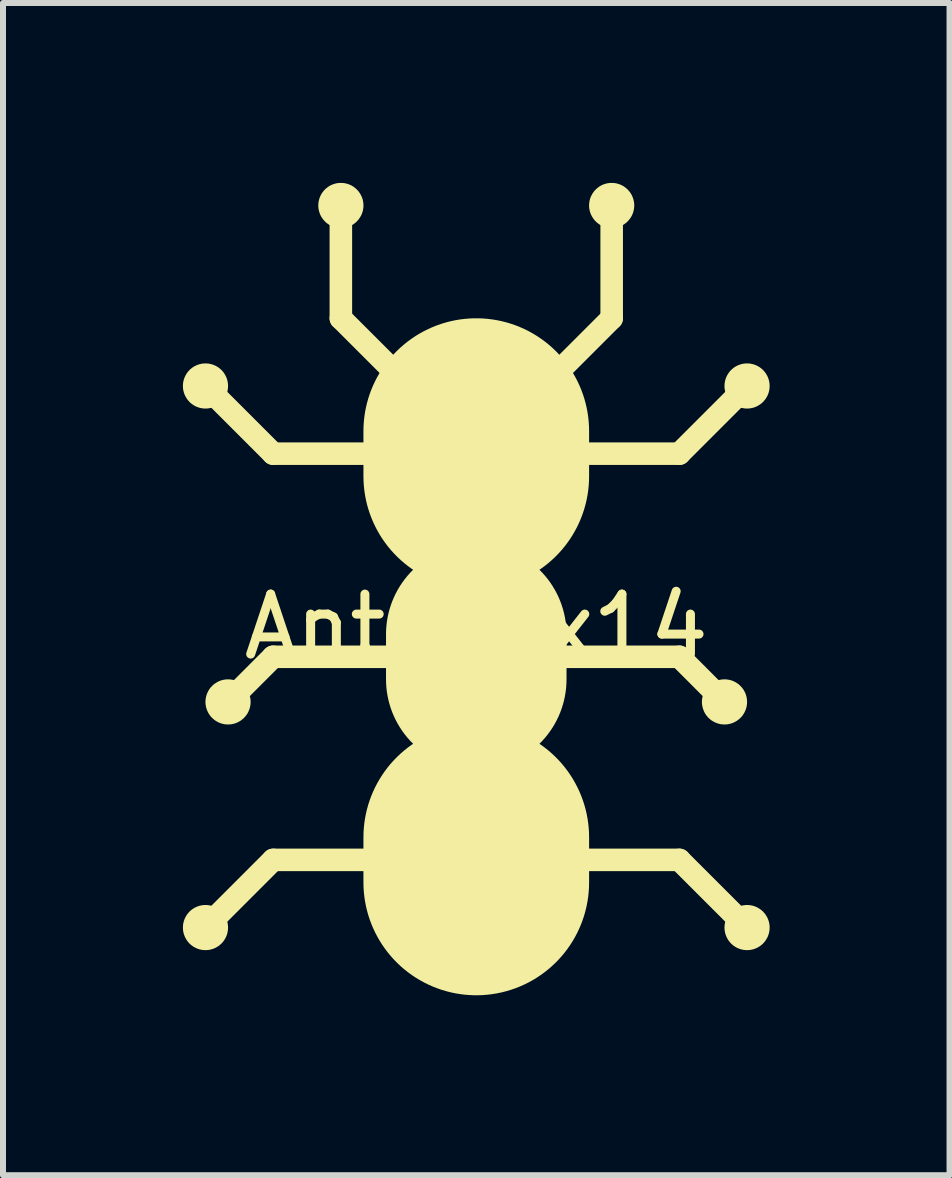
<source format=kicad_pcb>
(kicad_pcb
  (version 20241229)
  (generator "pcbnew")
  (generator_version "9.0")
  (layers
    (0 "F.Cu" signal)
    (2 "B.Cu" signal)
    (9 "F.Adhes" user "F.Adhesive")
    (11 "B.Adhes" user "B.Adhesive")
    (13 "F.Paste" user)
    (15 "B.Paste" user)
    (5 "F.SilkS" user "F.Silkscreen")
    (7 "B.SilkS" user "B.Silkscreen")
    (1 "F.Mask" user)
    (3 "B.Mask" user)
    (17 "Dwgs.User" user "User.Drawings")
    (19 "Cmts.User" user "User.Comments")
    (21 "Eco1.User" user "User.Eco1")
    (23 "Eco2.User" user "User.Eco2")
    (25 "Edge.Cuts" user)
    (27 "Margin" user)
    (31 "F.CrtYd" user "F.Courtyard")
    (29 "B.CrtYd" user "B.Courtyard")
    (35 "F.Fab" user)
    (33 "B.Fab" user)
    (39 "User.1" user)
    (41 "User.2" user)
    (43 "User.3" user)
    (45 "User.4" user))
  (footprint "Ant_10x14"
    (layer "F.Cu")
    (at 4.892 7.902)
    (property "Reference" "Ant_10x14" (at 0 -0.5 0) (unlocked yes) (layer "F.SilkS") (effects (font (size 1 1) (thickness 0.15))))
    (fp_line (start -4.516 -4.516) (end -3.387 -3.387) (stroke (width 0.376) (type solid)) (layer "F.SilkS"))
    (fp_line (start -4.516 4.516) (end -3.387 3.387) (stroke (width 0.376) (type solid)) (layer "F.SilkS"))
    (fp_line (start -4.139 0.753) (end -3.387 0) (stroke (width 0.376) (type solid)) (layer "F.SilkS"))
    (fp_line (start -3.387 -3.387) (end 0 -3.387) (stroke (width 0.376) (type solid)) (layer "F.SilkS"))
    (fp_line (start -3.387 0) (end 0 0) (stroke (width 0.376) (type solid)) (layer "F.SilkS"))
    (fp_line (start -3.387 3.387) (end 3.387 3.387) (stroke (width 0.376) (type solid)) (layer "F.SilkS"))
    (fp_line (start -2.258 -7.526) (end -2.258 -5.644) (stroke (width 0.376) (type solid)) (layer "F.SilkS"))
    (fp_line (start -2.258 -5.644) (end -0.941 -4.327) (stroke (width 0.376) (type solid)) (layer "F.SilkS"))
    (fp_line (start -0.941 -4.327) (end -0.753 -4.139) (stroke (width 0.376) (type solid)) (layer "F.SilkS"))
    (fp_line (start -0.753 -4.139) (end 0 -3.387) (stroke (width 0.376) (type solid)) (layer "F.SilkS"))
    (fp_line (start 0 -3.01) (end 0 -3.763) (stroke (width 3.763) (type solid)) (layer "F.SilkS"))
    (fp_line (start 0 0.376) (end 0 -0.376) (stroke (width 3.01) (type solid)) (layer "F.SilkS"))
    (fp_line (start 0 3.763) (end 0 3.01) (stroke (width 3.763) (type solid)) (layer "F.SilkS"))
    (fp_line (start 0.753 -4.139) (end 0 -3.387) (stroke (width 0.376) (type solid)) (layer "F.SilkS"))
    (fp_line (start 0.941 -4.327) (end 0.753 -4.139) (stroke (width 0.376) (type solid)) (layer "F.SilkS"))
    (fp_line (start 2.258 -7.526) (end 2.258 -5.644) (stroke (width 0.376) (type solid)) (layer "F.SilkS"))
    (fp_line (start 2.258 -5.644) (end 0.941 -4.327) (stroke (width 0.376) (type solid)) (layer "F.SilkS"))
    (fp_line (start 3.387 -3.387) (end 0 -3.387) (stroke (width 0.376) (type solid)) (layer "F.SilkS"))
    (fp_line (start 3.387 0) (end 0 0) (stroke (width 0.376) (type solid)) (layer "F.SilkS"))
    (fp_line (start 3.387 3.387) (end 4.516 4.516) (stroke (width 0.376) (type solid)) (layer "F.SilkS"))
    (fp_line (start 4.139 0.753) (end 3.387 0) (stroke (width 0.376) (type solid)) (layer "F.SilkS"))
    (fp_line (start 4.516 -4.516) (end 3.387 -3.387) (stroke (width 0.376) (type solid)) (layer "F.SilkS"))
    (fp_poly (pts (xy -4.516 -4.892) (xy -4.496 -4.891) (xy -4.477 -4.89) (xy -4.458 -4.888) (xy -4.44 -4.884) (xy -4.422 -4.88) (xy -4.404 -4.875) (xy -4.386 -4.869) (xy -4.369 -4.862) (xy -4.352 -4.855) (xy -4.336 -4.846) (xy -4.32 -4.837) (xy -4.305 -4.828) (xy -4.29 -4.817) (xy -4.276 -4.806) (xy -4.263 -4.794) (xy -4.249 -4.782) (xy -4.237 -4.769) (xy -4.225 -4.755) (xy -4.214 -4.741) (xy -4.204 -4.726) (xy -4.194 -4.711) (xy -4.185 -4.695) (xy -4.176 -4.679) (xy -4.169 -4.662) (xy -4.162 -4.645) (xy -4.156 -4.627) (xy -4.151 -4.61) (xy -4.147 -4.591) (xy -4.144 -4.573) (xy -4.141 -4.554) (xy -4.14 -4.535) (xy -4.139 -4.516) (xy -4.14 -4.496) (xy -4.141 -4.477) (xy -4.144 -4.458) (xy -4.147 -4.44) (xy -4.151 -4.422) (xy -4.156 -4.404) (xy -4.162 -4.386) (xy -4.169 -4.369) (xy -4.176 -4.352) (xy -4.185 -4.336) (xy -4.194 -4.32) (xy -4.204 -4.305) (xy -4.214 -4.29) (xy -4.225 -4.276) (xy -4.237 -4.263) (xy -4.249 -4.249) (xy -4.263 -4.237) (xy -4.276 -4.225) (xy -4.29 -4.214) (xy -4.305 -4.204) (xy -4.32 -4.194) (xy -4.336 -4.185) (xy -4.352 -4.176) (xy -4.369 -4.169) (xy -4.386 -4.162) (xy -4.404 -4.156) (xy -4.422 -4.151) (xy -4.44 -4.147) (xy -4.458 -4.144) (xy -4.477 -4.141) (xy -4.496 -4.14) (xy -4.516 -4.139) (xy -4.535 -4.14) (xy -4.554 -4.141) (xy -4.573 -4.144) (xy -4.591 -4.147) (xy -4.61 -4.151) (xy -4.627 -4.156) (xy -4.645 -4.162) (xy -4.662 -4.169) (xy -4.679 -4.176) (xy -4.695 -4.185) (xy -4.711 -4.194) (xy -4.726 -4.204) (xy -4.741 -4.214) (xy -4.755 -4.225) (xy -4.769 -4.237) (xy -4.782 -4.249) (xy -4.794 -4.263) (xy -4.806 -4.276) (xy -4.817 -4.29) (xy -4.828 -4.305) (xy -4.837 -4.32) (xy -4.846 -4.336) (xy -4.855 -4.352) (xy -4.862 -4.369) (xy -4.869 -4.386) (xy -4.875 -4.404) (xy -4.88 -4.422) (xy -4.884 -4.44) (xy -4.888 -4.458) (xy -4.89 -4.477) (xy -4.891 -4.496) (xy -4.892 -4.516) (xy -4.891 -4.535) (xy -4.89 -4.554) (xy -4.888 -4.573) (xy -4.884 -4.591) (xy -4.88 -4.61) (xy -4.875 -4.627) (xy -4.869 -4.645) (xy -4.862 -4.662) (xy -4.855 -4.679) (xy -4.846 -4.695) (xy -4.837 -4.711) (xy -4.828 -4.726) (xy -4.817 -4.741) (xy -4.806 -4.755) (xy -4.794 -4.769) (xy -4.782 -4.782) (xy -4.769 -4.794) (xy -4.755 -4.806) (xy -4.741 -4.817) (xy -4.726 -4.828) (xy -4.711 -4.837) (xy -4.695 -4.846) (xy -4.679 -4.855) (xy -4.662 -4.862) (xy -4.645 -4.869) (xy -4.627 -4.875) (xy -4.61 -4.88) (xy -4.591 -4.884) (xy -4.573 -4.888) (xy -4.554 -4.89) (xy -4.535 -4.891) (xy -4.516 -4.892)) (stroke (width 0) (type solid)) (fill yes) (layer "F.SilkS"))
    (fp_poly (pts (xy -4.516 -4.666) (xy -4.508 -4.666) (xy -4.5 -4.665) (xy -4.493 -4.664) (xy -4.485 -4.663) (xy -4.478 -4.661) (xy -4.471 -4.659) (xy -4.464 -4.657) (xy -4.457 -4.654) (xy -4.45 -4.651) (xy -4.444 -4.648) (xy -4.438 -4.644) (xy -4.431 -4.64) (xy -4.425 -4.636) (xy -4.42 -4.632) (xy -4.414 -4.627) (xy -4.409 -4.622) (xy -4.404 -4.617) (xy -4.399 -4.611) (xy -4.395 -4.606) (xy -4.391 -4.6) (xy -4.387 -4.594) (xy -4.383 -4.587) (xy -4.38 -4.581) (xy -4.377 -4.574) (xy -4.374 -4.567) (xy -4.372 -4.56) (xy -4.37 -4.553) (xy -4.368 -4.546) (xy -4.367 -4.538) (xy -4.366 -4.531) (xy -4.365 -4.523) (xy -4.365 -4.516) (xy -4.365 -4.508) (xy -4.366 -4.5) (xy -4.367 -4.493) (xy -4.368 -4.485) (xy -4.37 -4.478) (xy -4.372 -4.471) (xy -4.374 -4.464) (xy -4.377 -4.457) (xy -4.38 -4.45) (xy -4.383 -4.444) (xy -4.387 -4.438) (xy -4.391 -4.431) (xy -4.395 -4.425) (xy -4.399 -4.42) (xy -4.404 -4.414) (xy -4.409 -4.409) (xy -4.414 -4.404) (xy -4.42 -4.399) (xy -4.425 -4.395) (xy -4.431 -4.391) (xy -4.438 -4.387) (xy -4.444 -4.383) (xy -4.45 -4.38) (xy -4.457 -4.377) (xy -4.464 -4.374) (xy -4.471 -4.372) (xy -4.478 -4.37) (xy -4.485 -4.368) (xy -4.493 -4.367) (xy -4.5 -4.366) (xy -4.508 -4.365) (xy -4.516 -4.365) (xy -4.523 -4.365) (xy -4.531 -4.366) (xy -4.538 -4.367) (xy -4.546 -4.368) (xy -4.553 -4.37) (xy -4.56 -4.372) (xy -4.567 -4.374) (xy -4.574 -4.377) (xy -4.581 -4.38) (xy -4.587 -4.383) (xy -4.594 -4.387) (xy -4.6 -4.391) (xy -4.606 -4.395) (xy -4.611 -4.399) (xy -4.617 -4.404) (xy -4.622 -4.409) (xy -4.627 -4.414) (xy -4.632 -4.42) (xy -4.636 -4.425) (xy -4.64 -4.431) (xy -4.644 -4.438) (xy -4.648 -4.444) (xy -4.651 -4.45) (xy -4.654 -4.457) (xy -4.657 -4.464) (xy -4.659 -4.471) (xy -4.661 -4.478) (xy -4.663 -4.485) (xy -4.664 -4.493) (xy -4.665 -4.5) (xy -4.666 -4.508) (xy -4.666 -4.516) (xy -4.666 -4.523) (xy -4.665 -4.531) (xy -4.664 -4.538) (xy -4.663 -4.546) (xy -4.661 -4.553) (xy -4.659 -4.56) (xy -4.657 -4.567) (xy -4.654 -4.574) (xy -4.651 -4.581) (xy -4.648 -4.587) (xy -4.644 -4.594) (xy -4.64 -4.6) (xy -4.636 -4.606) (xy -4.632 -4.611) (xy -4.627 -4.617) (xy -4.622 -4.622) (xy -4.617 -4.627) (xy -4.611 -4.632) (xy -4.606 -4.636) (xy -4.6 -4.64) (xy -4.594 -4.644) (xy -4.587 -4.648) (xy -4.581 -4.651) (xy -4.574 -4.654) (xy -4.567 -4.657) (xy -4.56 -4.659) (xy -4.553 -4.661) (xy -4.546 -4.663) (xy -4.538 -4.664) (xy -4.531 -4.665) (xy -4.523 -4.666) (xy -4.516 -4.666)) (stroke (width 0) (type solid)) (fill yes) (layer "F.SilkS"))
    (fp_poly (pts (xy -4.516 4.139) (xy -4.496 4.14) (xy -4.477 4.141) (xy -4.458 4.144) (xy -4.44 4.147) (xy -4.422 4.151) (xy -4.404 4.156) (xy -4.386 4.162) (xy -4.369 4.169) (xy -4.352 4.176) (xy -4.336 4.185) (xy -4.32 4.194) (xy -4.305 4.204) (xy -4.29 4.214) (xy -4.276 4.225) (xy -4.263 4.237) (xy -4.249 4.249) (xy -4.237 4.263) (xy -4.225 4.276) (xy -4.214 4.29) (xy -4.204 4.305) (xy -4.194 4.32) (xy -4.185 4.336) (xy -4.176 4.352) (xy -4.169 4.369) (xy -4.162 4.386) (xy -4.156 4.404) (xy -4.151 4.422) (xy -4.147 4.44) (xy -4.144 4.458) (xy -4.141 4.477) (xy -4.14 4.496) (xy -4.139 4.516) (xy -4.14 4.535) (xy -4.141 4.554) (xy -4.144 4.573) (xy -4.147 4.591) (xy -4.151 4.61) (xy -4.156 4.627) (xy -4.162 4.645) (xy -4.169 4.662) (xy -4.176 4.679) (xy -4.185 4.695) (xy -4.194 4.711) (xy -4.204 4.726) (xy -4.214 4.741) (xy -4.225 4.755) (xy -4.237 4.769) (xy -4.249 4.782) (xy -4.263 4.794) (xy -4.276 4.806) (xy -4.29 4.817) (xy -4.305 4.828) (xy -4.32 4.837) (xy -4.336 4.846) (xy -4.352 4.855) (xy -4.369 4.862) (xy -4.386 4.869) (xy -4.404 4.875) (xy -4.422 4.88) (xy -4.44 4.884) (xy -4.458 4.888) (xy -4.477 4.89) (xy -4.496 4.891) (xy -4.516 4.892) (xy -4.535 4.891) (xy -4.554 4.89) (xy -4.573 4.888) (xy -4.591 4.884) (xy -4.61 4.88) (xy -4.627 4.875) (xy -4.645 4.869) (xy -4.662 4.862) (xy -4.679 4.855) (xy -4.695 4.846) (xy -4.711 4.837) (xy -4.726 4.828) (xy -4.741 4.817) (xy -4.755 4.806) (xy -4.769 4.794) (xy -4.782 4.782) (xy -4.794 4.769) (xy -4.806 4.755) (xy -4.817 4.741) (xy -4.828 4.726) (xy -4.837 4.711) (xy -4.846 4.695) (xy -4.855 4.679) (xy -4.862 4.662) (xy -4.869 4.645) (xy -4.875 4.627) (xy -4.88 4.61) (xy -4.884 4.591) (xy -4.888 4.573) (xy -4.89 4.554) (xy -4.891 4.535) (xy -4.892 4.516) (xy -4.891 4.496) (xy -4.89 4.477) (xy -4.888 4.458) (xy -4.884 4.44) (xy -4.88 4.422) (xy -4.875 4.404) (xy -4.869 4.386) (xy -4.862 4.369) (xy -4.855 4.352) (xy -4.846 4.336) (xy -4.837 4.32) (xy -4.828 4.305) (xy -4.817 4.29) (xy -4.806 4.276) (xy -4.794 4.263) (xy -4.782 4.249) (xy -4.769 4.237) (xy -4.755 4.225) (xy -4.741 4.214) (xy -4.726 4.204) (xy -4.711 4.194) (xy -4.695 4.185) (xy -4.679 4.176) (xy -4.662 4.169) (xy -4.645 4.162) (xy -4.627 4.156) (xy -4.61 4.151) (xy -4.591 4.147) (xy -4.573 4.144) (xy -4.554 4.141) (xy -4.535 4.14) (xy -4.516 4.139)) (stroke (width 0) (type solid)) (fill yes) (layer "F.SilkS"))
    (fp_poly (pts (xy -4.516 4.365) (xy -4.508 4.365) (xy -4.5 4.366) (xy -4.493 4.367) (xy -4.485 4.368) (xy -4.478 4.37) (xy -4.471 4.372) (xy -4.464 4.374) (xy -4.457 4.377) (xy -4.45 4.38) (xy -4.444 4.383) (xy -4.438 4.387) (xy -4.431 4.391) (xy -4.425 4.395) (xy -4.42 4.399) (xy -4.414 4.404) (xy -4.409 4.409) (xy -4.404 4.414) (xy -4.399 4.42) (xy -4.395 4.425) (xy -4.391 4.431) (xy -4.387 4.438) (xy -4.383 4.444) (xy -4.38 4.45) (xy -4.377 4.457) (xy -4.374 4.464) (xy -4.372 4.471) (xy -4.37 4.478) (xy -4.368 4.485) (xy -4.367 4.493) (xy -4.366 4.5) (xy -4.365 4.508) (xy -4.365 4.516) (xy -4.365 4.523) (xy -4.366 4.531) (xy -4.367 4.538) (xy -4.368 4.546) (xy -4.37 4.553) (xy -4.372 4.56) (xy -4.374 4.567) (xy -4.377 4.574) (xy -4.38 4.581) (xy -4.383 4.587) (xy -4.387 4.594) (xy -4.391 4.6) (xy -4.395 4.606) (xy -4.399 4.611) (xy -4.404 4.617) (xy -4.409 4.622) (xy -4.414 4.627) (xy -4.42 4.632) (xy -4.425 4.636) (xy -4.431 4.64) (xy -4.438 4.644) (xy -4.444 4.648) (xy -4.45 4.651) (xy -4.457 4.654) (xy -4.464 4.657) (xy -4.471 4.659) (xy -4.478 4.661) (xy -4.485 4.663) (xy -4.493 4.664) (xy -4.5 4.665) (xy -4.508 4.666) (xy -4.516 4.666) (xy -4.523 4.666) (xy -4.531 4.665) (xy -4.538 4.664) (xy -4.546 4.663) (xy -4.553 4.661) (xy -4.56 4.659) (xy -4.567 4.657) (xy -4.574 4.654) (xy -4.581 4.651) (xy -4.587 4.648) (xy -4.594 4.644) (xy -4.6 4.64) (xy -4.606 4.636) (xy -4.611 4.632) (xy -4.617 4.627) (xy -4.622 4.622) (xy -4.627 4.617) (xy -4.632 4.611) (xy -4.636 4.606) (xy -4.64 4.6) (xy -4.644 4.594) (xy -4.648 4.587) (xy -4.651 4.581) (xy -4.654 4.574) (xy -4.657 4.567) (xy -4.659 4.56) (xy -4.661 4.553) (xy -4.663 4.546) (xy -4.664 4.538) (xy -4.665 4.531) (xy -4.666 4.523) (xy -4.666 4.516) (xy -4.666 4.508) (xy -4.665 4.5) (xy -4.664 4.493) (xy -4.663 4.485) (xy -4.661 4.478) (xy -4.659 4.471) (xy -4.657 4.464) (xy -4.654 4.457) (xy -4.651 4.45) (xy -4.648 4.444) (xy -4.644 4.438) (xy -4.64 4.431) (xy -4.636 4.425) (xy -4.632 4.42) (xy -4.627 4.414) (xy -4.622 4.409) (xy -4.617 4.404) (xy -4.611 4.399) (xy -4.606 4.395) (xy -4.6 4.391) (xy -4.594 4.387) (xy -4.587 4.383) (xy -4.581 4.38) (xy -4.574 4.377) (xy -4.567 4.374) (xy -4.56 4.372) (xy -4.553 4.37) (xy -4.546 4.368) (xy -4.538 4.367) (xy -4.531 4.366) (xy -4.523 4.365) (xy -4.516 4.365)) (stroke (width 0) (type solid)) (fill yes) (layer "F.SilkS"))
    (fp_poly (pts (xy -4.139 0.376) (xy -4.12 0.377) (xy -4.101 0.378) (xy -4.082 0.381) (xy -4.063 0.384) (xy -4.045 0.388) (xy -4.027 0.393) (xy -4.01 0.399) (xy -3.993 0.406) (xy -3.976 0.413) (xy -3.96 0.422) (xy -3.944 0.431) (xy -3.929 0.441) (xy -3.914 0.451) (xy -3.9 0.462) (xy -3.886 0.474) (xy -3.873 0.487) (xy -3.861 0.5) (xy -3.849 0.513) (xy -3.838 0.527) (xy -3.827 0.542) (xy -3.817 0.557) (xy -3.808 0.573) (xy -3.8 0.589) (xy -3.793 0.606) (xy -3.786 0.623) (xy -3.78 0.641) (xy -3.775 0.659) (xy -3.771 0.677) (xy -3.767 0.695) (xy -3.765 0.714) (xy -3.763 0.733) (xy -3.763 0.753) (xy -3.763 0.772) (xy -3.765 0.791) (xy -3.767 0.81) (xy -3.771 0.828) (xy -3.775 0.847) (xy -3.78 0.864) (xy -3.786 0.882) (xy -3.793 0.899) (xy -3.8 0.916) (xy -3.808 0.932) (xy -3.817 0.948) (xy -3.827 0.963) (xy -3.838 0.978) (xy -3.849 0.992) (xy -3.861 1.006) (xy -3.873 1.019) (xy -3.886 1.031) (xy -3.9 1.043) (xy -3.914 1.054) (xy -3.929 1.065) (xy -3.944 1.074) (xy -3.96 1.083) (xy -3.976 1.092) (xy -3.993 1.099) (xy -4.01 1.106) (xy -4.027 1.112) (xy -4.045 1.117) (xy -4.063 1.121) (xy -4.082 1.125) (xy -4.101 1.127) (xy -4.12 1.128) (xy -4.139 1.129) (xy -4.159 1.128) (xy -4.178 1.127) (xy -4.197 1.125) (xy -4.215 1.121) (xy -4.233 1.117) (xy -4.251 1.112) (xy -4.269 1.106) (xy -4.286 1.099) (xy -4.302 1.092) (xy -4.319 1.083) (xy -4.334 1.074) (xy -4.35 1.065) (xy -4.364 1.054) (xy -4.379 1.043) (xy -4.392 1.031) (xy -4.405 1.019) (xy -4.418 1.006) (xy -4.43 0.992) (xy -4.441 0.978) (xy -4.451 0.963) (xy -4.461 0.948) (xy -4.47 0.932) (xy -4.478 0.916) (xy -4.486 0.899) (xy -4.493 0.882) (xy -4.499 0.864) (xy -4.504 0.847) (xy -4.508 0.828) (xy -4.511 0.81) (xy -4.514 0.791) (xy -4.515 0.772) (xy -4.516 0.753) (xy -4.515 0.733) (xy -4.514 0.714) (xy -4.511 0.695) (xy -4.508 0.677) (xy -4.504 0.659) (xy -4.499 0.641) (xy -4.493 0.623) (xy -4.486 0.606) (xy -4.478 0.589) (xy -4.47 0.573) (xy -4.461 0.557) (xy -4.451 0.542) (xy -4.441 0.527) (xy -4.43 0.513) (xy -4.418 0.5) (xy -4.405 0.487) (xy -4.392 0.474) (xy -4.379 0.462) (xy -4.364 0.451) (xy -4.35 0.441) (xy -4.334 0.431) (xy -4.319 0.422) (xy -4.302 0.413) (xy -4.286 0.406) (xy -4.269 0.399) (xy -4.251 0.393) (xy -4.233 0.388) (xy -4.215 0.384) (xy -4.197 0.381) (xy -4.178 0.378) (xy -4.159 0.377) (xy -4.139 0.376)) (stroke (width 0) (type solid)) (fill yes) (layer "F.SilkS"))
    (fp_poly (pts (xy -4.139 0.602) (xy -4.132 0.602) (xy -4.124 0.603) (xy -4.116 0.604) (xy -4.109 0.605) (xy -4.102 0.607) (xy -4.095 0.609) (xy -4.088 0.611) (xy -4.081 0.614) (xy -4.074 0.617) (xy -4.068 0.62) (xy -4.061 0.624) (xy -4.055 0.628) (xy -4.049 0.632) (xy -4.044 0.636) (xy -4.038 0.641) (xy -4.033 0.646) (xy -4.028 0.651) (xy -4.023 0.657) (xy -4.019 0.663) (xy -4.014 0.668) (xy -4.011 0.675) (xy -4.007 0.681) (xy -4.004 0.687) (xy -4.001 0.694) (xy -3.998 0.701) (xy -3.996 0.708) (xy -3.993 0.715) (xy -3.992 0.722) (xy -3.99 0.73) (xy -3.99 0.737) (xy -3.989 0.745) (xy -3.989 0.753) (xy -3.989 0.76) (xy -3.99 0.768) (xy -3.99 0.776) (xy -3.992 0.783) (xy -3.993 0.79) (xy -3.996 0.797) (xy -3.998 0.804) (xy -4.001 0.811) (xy -4.004 0.818) (xy -4.007 0.824) (xy -4.011 0.831) (xy -4.014 0.837) (xy -4.019 0.843) (xy -4.023 0.848) (xy -4.028 0.854) (xy -4.033 0.859) (xy -4.038 0.864) (xy -4.044 0.869) (xy -4.049 0.873) (xy -4.055 0.877) (xy -4.061 0.881) (xy -4.068 0.885) (xy -4.074 0.888) (xy -4.081 0.891) (xy -4.088 0.894) (xy -4.095 0.896) (xy -4.102 0.898) (xy -4.109 0.9) (xy -4.116 0.901) (xy -4.124 0.902) (xy -4.132 0.903) (xy -4.139 0.903) (xy -4.147 0.903) (xy -4.155 0.902) (xy -4.162 0.901) (xy -4.17 0.9) (xy -4.177 0.898) (xy -4.184 0.896) (xy -4.191 0.894) (xy -4.198 0.891) (xy -4.205 0.888) (xy -4.211 0.885) (xy -4.217 0.881) (xy -4.223 0.877) (xy -4.229 0.873) (xy -4.235 0.869) (xy -4.24 0.864) (xy -4.246 0.859) (xy -4.251 0.854) (xy -4.255 0.848) (xy -4.26 0.843) (xy -4.264 0.837) (xy -4.268 0.831) (xy -4.272 0.824) (xy -4.275 0.818) (xy -4.278 0.811) (xy -4.281 0.804) (xy -4.283 0.797) (xy -4.285 0.79) (xy -4.287 0.783) (xy -4.288 0.776) (xy -4.289 0.768) (xy -4.29 0.76) (xy -4.29 0.753) (xy -4.29 0.745) (xy -4.289 0.737) (xy -4.288 0.73) (xy -4.287 0.722) (xy -4.285 0.715) (xy -4.283 0.708) (xy -4.281 0.701) (xy -4.278 0.694) (xy -4.275 0.687) (xy -4.272 0.681) (xy -4.268 0.675) (xy -4.264 0.668) (xy -4.26 0.663) (xy -4.255 0.657) (xy -4.251 0.651) (xy -4.246 0.646) (xy -4.24 0.641) (xy -4.235 0.636) (xy -4.229 0.632) (xy -4.223 0.628) (xy -4.217 0.624) (xy -4.211 0.62) (xy -4.205 0.617) (xy -4.198 0.614) (xy -4.191 0.611) (xy -4.184 0.609) (xy -4.177 0.607) (xy -4.17 0.605) (xy -4.162 0.604) (xy -4.155 0.603) (xy -4.147 0.602) (xy -4.139 0.602)) (stroke (width 0) (type solid)) (fill yes) (layer "F.SilkS"))
    (fp_poly (pts (xy -2.258 -7.902) (xy -2.238 -7.902) (xy -2.219 -7.9) (xy -2.2 -7.898) (xy -2.182 -7.895) (xy -2.164 -7.89) (xy -2.146 -7.885) (xy -2.128 -7.879) (xy -2.111 -7.873) (xy -2.095 -7.865) (xy -2.078 -7.857) (xy -2.063 -7.848) (xy -2.047 -7.838) (xy -2.033 -7.827) (xy -2.018 -7.816) (xy -2.005 -7.804) (xy -1.992 -7.792) (xy -1.979 -7.779) (xy -1.967 -7.765) (xy -1.956 -7.751) (xy -1.946 -7.736) (xy -1.936 -7.721) (xy -1.927 -7.705) (xy -1.919 -7.689) (xy -1.911 -7.672) (xy -1.904 -7.655) (xy -1.898 -7.638) (xy -1.893 -7.62) (xy -1.889 -7.602) (xy -1.886 -7.583) (xy -1.883 -7.564) (xy -1.882 -7.545) (xy -1.881 -7.526) (xy -1.882 -7.507) (xy -1.883 -7.487) (xy -1.886 -7.469) (xy -1.889 -7.45) (xy -1.893 -7.432) (xy -1.898 -7.414) (xy -1.904 -7.397) (xy -1.911 -7.379) (xy -1.919 -7.363) (xy -1.927 -7.347) (xy -1.936 -7.331) (xy -1.946 -7.316) (xy -1.956 -7.301) (xy -1.967 -7.287) (xy -1.979 -7.273) (xy -1.992 -7.26) (xy -2.005 -7.247) (xy -2.018 -7.236) (xy -2.033 -7.224) (xy -2.047 -7.214) (xy -2.063 -7.204) (xy -2.078 -7.195) (xy -2.095 -7.187) (xy -2.111 -7.179) (xy -2.128 -7.172) (xy -2.146 -7.167) (xy -2.164 -7.161) (xy -2.182 -7.157) (xy -2.2 -7.154) (xy -2.219 -7.152) (xy -2.238 -7.15) (xy -2.258 -7.15) (xy -2.277 -7.15) (xy -2.296 -7.152) (xy -2.315 -7.154) (xy -2.334 -7.157) (xy -2.352 -7.161) (xy -2.37 -7.167) (xy -2.387 -7.172) (xy -2.404 -7.179) (xy -2.421 -7.187) (xy -2.437 -7.195) (xy -2.453 -7.204) (xy -2.468 -7.214) (xy -2.483 -7.224) (xy -2.497 -7.236) (xy -2.511 -7.247) (xy -2.524 -7.26) (xy -2.536 -7.273) (xy -2.548 -7.287) (xy -2.559 -7.301) (xy -2.57 -7.316) (xy -2.58 -7.331) (xy -2.589 -7.347) (xy -2.597 -7.363) (xy -2.605 -7.379) (xy -2.611 -7.397) (xy -2.617 -7.414) (xy -2.622 -7.432) (xy -2.626 -7.45) (xy -2.63 -7.469) (xy -2.632 -7.487) (xy -2.634 -7.507) (xy -2.634 -7.526) (xy -2.634 -7.545) (xy -2.632 -7.564) (xy -2.63 -7.583) (xy -2.626 -7.602) (xy -2.622 -7.62) (xy -2.617 -7.638) (xy -2.611 -7.655) (xy -2.605 -7.672) (xy -2.597 -7.689) (xy -2.589 -7.705) (xy -2.58 -7.721) (xy -2.57 -7.736) (xy -2.559 -7.751) (xy -2.548 -7.765) (xy -2.536 -7.779) (xy -2.524 -7.792) (xy -2.511 -7.804) (xy -2.497 -7.816) (xy -2.483 -7.827) (xy -2.468 -7.838) (xy -2.453 -7.848) (xy -2.437 -7.857) (xy -2.421 -7.865) (xy -2.404 -7.873) (xy -2.387 -7.879) (xy -2.37 -7.885) (xy -2.352 -7.89) (xy -2.334 -7.895) (xy -2.315 -7.898) (xy -2.296 -7.9) (xy -2.277 -7.902) (xy -2.258 -7.902)) (stroke (width 0) (type solid)) (fill yes) (layer "F.SilkS"))
    (fp_poly (pts (xy -2.258 -7.676) (xy -2.25 -7.676) (xy -2.242 -7.676) (xy -2.235 -7.675) (xy -2.227 -7.673) (xy -2.22 -7.672) (xy -2.213 -7.67) (xy -2.206 -7.667) (xy -2.199 -7.665) (xy -2.193 -7.662) (xy -2.186 -7.658) (xy -2.18 -7.655) (xy -2.174 -7.651) (xy -2.168 -7.647) (xy -2.162 -7.642) (xy -2.157 -7.637) (xy -2.151 -7.632) (xy -2.146 -7.627) (xy -2.142 -7.622) (xy -2.137 -7.616) (xy -2.133 -7.61) (xy -2.129 -7.604) (xy -2.125 -7.598) (xy -2.122 -7.591) (xy -2.119 -7.585) (xy -2.116 -7.578) (xy -2.114 -7.571) (xy -2.112 -7.564) (xy -2.11 -7.556) (xy -2.109 -7.549) (xy -2.108 -7.541) (xy -2.107 -7.534) (xy -2.107 -7.526) (xy -2.107 -7.518) (xy -2.108 -7.511) (xy -2.109 -7.503) (xy -2.11 -7.496) (xy -2.112 -7.488) (xy -2.114 -7.481) (xy -2.116 -7.474) (xy -2.119 -7.467) (xy -2.122 -7.461) (xy -2.125 -7.454) (xy -2.129 -7.448) (xy -2.133 -7.442) (xy -2.137 -7.436) (xy -2.142 -7.43) (xy -2.146 -7.425) (xy -2.151 -7.419) (xy -2.157 -7.415) (xy -2.162 -7.41) (xy -2.168 -7.405) (xy -2.174 -7.401) (xy -2.18 -7.397) (xy -2.186 -7.394) (xy -2.193 -7.39) (xy -2.199 -7.387) (xy -2.206 -7.385) (xy -2.213 -7.382) (xy -2.22 -7.38) (xy -2.227 -7.378) (xy -2.235 -7.377) (xy -2.242 -7.376) (xy -2.25 -7.376) (xy -2.258 -7.375) (xy -2.266 -7.376) (xy -2.273 -7.376) (xy -2.281 -7.377) (xy -2.288 -7.378) (xy -2.295 -7.38) (xy -2.303 -7.382) (xy -2.31 -7.385) (xy -2.316 -7.387) (xy -2.323 -7.39) (xy -2.33 -7.394) (xy -2.336 -7.397) (xy -2.342 -7.401) (xy -2.348 -7.405) (xy -2.354 -7.41) (xy -2.359 -7.415) (xy -2.364 -7.419) (xy -2.369 -7.425) (xy -2.374 -7.43) (xy -2.378 -7.436) (xy -2.383 -7.442) (xy -2.387 -7.448) (xy -2.39 -7.454) (xy -2.393 -7.461) (xy -2.396 -7.467) (xy -2.399 -7.474) (xy -2.402 -7.481) (xy -2.404 -7.488) (xy -2.405 -7.496) (xy -2.407 -7.503) (xy -2.408 -7.511) (xy -2.408 -7.518) (xy -2.408 -7.526) (xy -2.408 -7.534) (xy -2.408 -7.541) (xy -2.407 -7.549) (xy -2.405 -7.556) (xy -2.404 -7.564) (xy -2.402 -7.571) (xy -2.399 -7.578) (xy -2.396 -7.585) (xy -2.393 -7.591) (xy -2.39 -7.598) (xy -2.387 -7.604) (xy -2.383 -7.61) (xy -2.378 -7.616) (xy -2.374 -7.622) (xy -2.369 -7.627) (xy -2.364 -7.632) (xy -2.359 -7.637) (xy -2.354 -7.642) (xy -2.348 -7.647) (xy -2.342 -7.651) (xy -2.336 -7.655) (xy -2.33 -7.658) (xy -2.323 -7.662) (xy -2.316 -7.665) (xy -2.31 -7.667) (xy -2.303 -7.67) (xy -2.295 -7.672) (xy -2.288 -7.673) (xy -2.281 -7.675) (xy -2.273 -7.676) (xy -2.266 -7.676) (xy -2.258 -7.676)) (stroke (width 0) (type solid)) (fill yes) (layer "F.SilkS"))
    (fp_poly (pts (xy -0.753 -4.44) (xy -0.737 -4.44) (xy -0.722 -4.439) (xy -0.707 -4.437) (xy -0.692 -4.434) (xy -0.677 -4.431) (xy -0.663 -4.427) (xy -0.649 -4.422) (xy -0.635 -4.417) (xy -0.622 -4.411) (xy -0.609 -4.404) (xy -0.596 -4.397) (xy -0.584 -4.389) (xy -0.572 -4.38) (xy -0.561 -4.372) (xy -0.55 -4.362) (xy -0.54 -4.352) (xy -0.53 -4.342) (xy -0.52 -4.331) (xy -0.511 -4.319) (xy -0.503 -4.308) (xy -0.495 -4.295) (xy -0.488 -4.283) (xy -0.481 -4.27) (xy -0.475 -4.256) (xy -0.47 -4.243) (xy -0.465 -4.229) (xy -0.461 -4.214) (xy -0.458 -4.2) (xy -0.455 -4.185) (xy -0.453 -4.17) (xy -0.452 -4.155) (xy -0.452 -4.139) (xy -0.452 -4.124) (xy -0.453 -4.108) (xy -0.455 -4.093) (xy -0.458 -4.079) (xy -0.461 -4.064) (xy -0.465 -4.05) (xy -0.47 -4.036) (xy -0.475 -4.022) (xy -0.481 -4.009) (xy -0.488 -3.996) (xy -0.495 -3.983) (xy -0.503 -3.971) (xy -0.511 -3.959) (xy -0.52 -3.948) (xy -0.53 -3.937) (xy -0.54 -3.926) (xy -0.55 -3.916) (xy -0.561 -3.907) (xy -0.572 -3.898) (xy -0.584 -3.89) (xy -0.596 -3.882) (xy -0.609 -3.875) (xy -0.622 -3.868) (xy -0.635 -3.862) (xy -0.649 -3.856) (xy -0.663 -3.852) (xy -0.677 -3.848) (xy -0.692 -3.844) (xy -0.707 -3.842) (xy -0.722 -3.84) (xy -0.737 -3.839) (xy -0.753 -3.838) (xy -0.768 -3.839) (xy -0.783 -3.84) (xy -0.798 -3.842) (xy -0.813 -3.844) (xy -0.828 -3.848) (xy -0.842 -3.852) (xy -0.856 -3.856) (xy -0.87 -3.862) (xy -0.883 -3.868) (xy -0.896 -3.875) (xy -0.909 -3.882) (xy -0.921 -3.89) (xy -0.933 -3.898) (xy -0.944 -3.907) (xy -0.955 -3.916) (xy -0.965 -3.926) (xy -0.975 -3.937) (xy -0.985 -3.948) (xy -0.994 -3.959) (xy -1.002 -3.971) (xy -1.01 -3.983) (xy -1.017 -3.996) (xy -1.024 -4.009) (xy -1.03 -4.022) (xy -1.035 -4.036) (xy -1.04 -4.05) (xy -1.044 -4.064) (xy -1.048 -4.079) (xy -1.05 -4.093) (xy -1.052 -4.108) (xy -1.053 -4.124) (xy -1.054 -4.139) (xy -1.053 -4.155) (xy -1.052 -4.17) (xy -1.05 -4.185) (xy -1.048 -4.2) (xy -1.044 -4.214) (xy -1.04 -4.229) (xy -1.035 -4.243) (xy -1.03 -4.256) (xy -1.024 -4.27) (xy -1.017 -4.283) (xy -1.01 -4.295) (xy -1.002 -4.308) (xy -0.994 -4.319) (xy -0.985 -4.331) (xy -0.975 -4.342) (xy -0.965 -4.352) (xy -0.955 -4.362) (xy -0.944 -4.372) (xy -0.933 -4.38) (xy -0.921 -4.389) (xy -0.909 -4.397) (xy -0.896 -4.404) (xy -0.883 -4.411) (xy -0.87 -4.417) (xy -0.856 -4.422) (xy -0.842 -4.427) (xy -0.828 -4.431) (xy -0.813 -4.434) (xy -0.798 -4.437) (xy -0.783 -4.439) (xy -0.768 -4.44) (xy -0.753 -4.44)) (stroke (width 0) (type solid)) (fill yes) (layer "F.SilkS"))
    (fp_poly (pts (xy -0.753 -4.365) (xy -0.741 -4.365) (xy -0.73 -4.364) (xy -0.718 -4.362) (xy -0.707 -4.36) (xy -0.696 -4.358) (xy -0.685 -4.355) (xy -0.675 -4.351) (xy -0.665 -4.347) (xy -0.655 -4.343) (xy -0.645 -4.338) (xy -0.636 -4.332) (xy -0.626 -4.326) (xy -0.618 -4.32) (xy -0.609 -4.313) (xy -0.601 -4.306) (xy -0.593 -4.299) (xy -0.585 -4.291) (xy -0.578 -4.283) (xy -0.572 -4.274) (xy -0.565 -4.265) (xy -0.56 -4.256) (xy -0.554 -4.247) (xy -0.549 -4.237) (xy -0.545 -4.227) (xy -0.541 -4.217) (xy -0.537 -4.206) (xy -0.534 -4.196) (xy -0.531 -4.185) (xy -0.529 -4.174) (xy -0.528 -4.162) (xy -0.527 -4.151) (xy -0.527 -4.139) (xy -0.527 -4.128) (xy -0.528 -4.116) (xy -0.529 -4.105) (xy -0.531 -4.094) (xy -0.534 -4.083) (xy -0.537 -4.072) (xy -0.541 -4.062) (xy -0.545 -4.051) (xy -0.549 -4.041) (xy -0.554 -4.032) (xy -0.56 -4.022) (xy -0.565 -4.013) (xy -0.572 -4.004) (xy -0.578 -3.996) (xy -0.585 -3.987) (xy -0.593 -3.98) (xy -0.601 -3.972) (xy -0.609 -3.965) (xy -0.618 -3.958) (xy -0.626 -3.952) (xy -0.636 -3.946) (xy -0.645 -3.941) (xy -0.655 -3.936) (xy -0.665 -3.931) (xy -0.675 -3.927) (xy -0.685 -3.924) (xy -0.696 -3.921) (xy -0.707 -3.918) (xy -0.718 -3.916) (xy -0.73 -3.915) (xy -0.741 -3.914) (xy -0.753 -3.913) (xy -0.764 -3.914) (xy -0.776 -3.915) (xy -0.787 -3.916) (xy -0.798 -3.918) (xy -0.809 -3.921) (xy -0.82 -3.924) (xy -0.83 -3.927) (xy -0.84 -3.931) (xy -0.85 -3.936) (xy -0.86 -3.941) (xy -0.87 -3.946) (xy -0.879 -3.952) (xy -0.888 -3.958) (xy -0.896 -3.965) (xy -0.904 -3.972) (xy -0.912 -3.98) (xy -0.92 -3.987) (xy -0.927 -3.996) (xy -0.934 -4.004) (xy -0.94 -4.013) (xy -0.946 -4.022) (xy -0.951 -4.032) (xy -0.956 -4.041) (xy -0.961 -4.051) (xy -0.965 -4.062) (xy -0.968 -4.072) (xy -0.971 -4.083) (xy -0.974 -4.094) (xy -0.976 -4.105) (xy -0.977 -4.116) (xy -0.978 -4.128) (xy -0.978 -4.139) (xy -0.978 -4.151) (xy -0.977 -4.162) (xy -0.976 -4.174) (xy -0.974 -4.185) (xy -0.971 -4.196) (xy -0.968 -4.206) (xy -0.965 -4.217) (xy -0.961 -4.227) (xy -0.956 -4.237) (xy -0.951 -4.247) (xy -0.946 -4.256) (xy -0.94 -4.265) (xy -0.934 -4.274) (xy -0.927 -4.283) (xy -0.92 -4.291) (xy -0.912 -4.299) (xy -0.904 -4.306) (xy -0.896 -4.313) (xy -0.888 -4.32) (xy -0.879 -4.326) (xy -0.87 -4.332) (xy -0.86 -4.338) (xy -0.85 -4.343) (xy -0.84 -4.347) (xy -0.83 -4.351) (xy -0.82 -4.355) (xy -0.809 -4.358) (xy -0.798 -4.36) (xy -0.787 -4.362) (xy -0.776 -4.364) (xy -0.764 -4.365) (xy -0.753 -4.365)) (stroke (width 0) (type solid)) (fill yes) (layer "F.SilkS"))
    (fp_poly (pts (xy 0.753 -4.44) (xy 0.768 -4.44) (xy 0.783 -4.439) (xy 0.798 -4.437) (xy 0.813 -4.434) (xy 0.828 -4.431) (xy 0.842 -4.427) (xy 0.856 -4.422) (xy 0.87 -4.417) (xy 0.883 -4.411) (xy 0.896 -4.404) (xy 0.909 -4.397) (xy 0.921 -4.389) (xy 0.933 -4.38) (xy 0.944 -4.372) (xy 0.955 -4.362) (xy 0.965 -4.352) (xy 0.975 -4.342) (xy 0.985 -4.331) (xy 0.994 -4.319) (xy 1.002 -4.308) (xy 1.01 -4.295) (xy 1.017 -4.283) (xy 1.024 -4.27) (xy 1.03 -4.256) (xy 1.035 -4.243) (xy 1.04 -4.229) (xy 1.044 -4.214) (xy 1.048 -4.2) (xy 1.05 -4.185) (xy 1.052 -4.17) (xy 1.053 -4.155) (xy 1.054 -4.139) (xy 1.053 -4.124) (xy 1.052 -4.108) (xy 1.05 -4.093) (xy 1.048 -4.079) (xy 1.044 -4.064) (xy 1.04 -4.05) (xy 1.035 -4.036) (xy 1.03 -4.022) (xy 1.024 -4.009) (xy 1.017 -3.996) (xy 1.01 -3.983) (xy 1.002 -3.971) (xy 0.994 -3.959) (xy 0.985 -3.948) (xy 0.975 -3.937) (xy 0.965 -3.926) (xy 0.955 -3.916) (xy 0.944 -3.907) (xy 0.933 -3.898) (xy 0.921 -3.89) (xy 0.909 -3.882) (xy 0.896 -3.875) (xy 0.883 -3.868) (xy 0.87 -3.862) (xy 0.856 -3.856) (xy 0.842 -3.852) (xy 0.828 -3.848) (xy 0.813 -3.844) (xy 0.798 -3.842) (xy 0.783 -3.84) (xy 0.768 -3.839) (xy 0.753 -3.838) (xy 0.737 -3.839) (xy 0.722 -3.84) (xy 0.707 -3.842) (xy 0.692 -3.844) (xy 0.677 -3.848) (xy 0.663 -3.852) (xy 0.649 -3.856) (xy 0.635 -3.862) (xy 0.622 -3.868) (xy 0.609 -3.875) (xy 0.596 -3.882) (xy 0.584 -3.89) (xy 0.572 -3.898) (xy 0.561 -3.907) (xy 0.55 -3.916) (xy 0.54 -3.926) (xy 0.53 -3.937) (xy 0.52 -3.948) (xy 0.511 -3.959) (xy 0.503 -3.971) (xy 0.495 -3.983) (xy 0.488 -3.996) (xy 0.481 -4.009) (xy 0.475 -4.022) (xy 0.47 -4.036) (xy 0.465 -4.05) (xy 0.461 -4.064) (xy 0.458 -4.079) (xy 0.455 -4.093) (xy 0.453 -4.108) (xy 0.452 -4.124) (xy 0.452 -4.139) (xy 0.452 -4.155) (xy 0.453 -4.17) (xy 0.455 -4.185) (xy 0.458 -4.2) (xy 0.461 -4.214) (xy 0.465 -4.229) (xy 0.47 -4.243) (xy 0.475 -4.256) (xy 0.481 -4.27) (xy 0.488 -4.283) (xy 0.495 -4.295) (xy 0.503 -4.308) (xy 0.511 -4.319) (xy 0.52 -4.331) (xy 0.53 -4.342) (xy 0.54 -4.352) (xy 0.55 -4.362) (xy 0.561 -4.372) (xy 0.572 -4.38) (xy 0.584 -4.389) (xy 0.596 -4.397) (xy 0.609 -4.404) (xy 0.622 -4.411) (xy 0.635 -4.417) (xy 0.649 -4.422) (xy 0.663 -4.427) (xy 0.677 -4.431) (xy 0.692 -4.434) (xy 0.707 -4.437) (xy 0.722 -4.439) (xy 0.737 -4.44) (xy 0.753 -4.44)) (stroke (width 0) (type solid)) (fill yes) (layer "F.SilkS"))
    (fp_poly (pts (xy 0.753 -4.365) (xy 0.764 -4.365) (xy 0.776 -4.364) (xy 0.787 -4.362) (xy 0.798 -4.36) (xy 0.809 -4.358) (xy 0.82 -4.355) (xy 0.83 -4.351) (xy 0.84 -4.347) (xy 0.85 -4.343) (xy 0.86 -4.338) (xy 0.87 -4.332) (xy 0.879 -4.326) (xy 0.888 -4.32) (xy 0.896 -4.313) (xy 0.904 -4.306) (xy 0.912 -4.299) (xy 0.92 -4.291) (xy 0.927 -4.283) (xy 0.934 -4.274) (xy 0.94 -4.265) (xy 0.946 -4.256) (xy 0.951 -4.247) (xy 0.956 -4.237) (xy 0.961 -4.227) (xy 0.965 -4.217) (xy 0.968 -4.206) (xy 0.971 -4.196) (xy 0.974 -4.185) (xy 0.976 -4.174) (xy 0.977 -4.162) (xy 0.978 -4.151) (xy 0.978 -4.139) (xy 0.978 -4.128) (xy 0.977 -4.116) (xy 0.976 -4.105) (xy 0.974 -4.094) (xy 0.971 -4.083) (xy 0.968 -4.072) (xy 0.965 -4.062) (xy 0.961 -4.051) (xy 0.956 -4.041) (xy 0.951 -4.032) (xy 0.946 -4.022) (xy 0.94 -4.013) (xy 0.934 -4.004) (xy 0.927 -3.996) (xy 0.92 -3.987) (xy 0.912 -3.98) (xy 0.904 -3.972) (xy 0.896 -3.965) (xy 0.888 -3.958) (xy 0.879 -3.952) (xy 0.87 -3.946) (xy 0.86 -3.941) (xy 0.85 -3.936) (xy 0.84 -3.931) (xy 0.83 -3.927) (xy 0.82 -3.924) (xy 0.809 -3.921) (xy 0.798 -3.918) (xy 0.787 -3.916) (xy 0.776 -3.915) (xy 0.764 -3.914) (xy 0.753 -3.913) (xy 0.741 -3.914) (xy 0.73 -3.915) (xy 0.718 -3.916) (xy 0.707 -3.918) (xy 0.696 -3.921) (xy 0.685 -3.924) (xy 0.675 -3.927) (xy 0.665 -3.931) (xy 0.655 -3.936) (xy 0.645 -3.941) (xy 0.636 -3.946) (xy 0.626 -3.952) (xy 0.618 -3.958) (xy 0.609 -3.965) (xy 0.601 -3.972) (xy 0.593 -3.98) (xy 0.585 -3.987) (xy 0.578 -3.996) (xy 0.572 -4.004) (xy 0.565 -4.013) (xy 0.56 -4.022) (xy 0.554 -4.032) (xy 0.549 -4.041) (xy 0.545 -4.051) (xy 0.541 -4.062) (xy 0.537 -4.072) (xy 0.534 -4.083) (xy 0.531 -4.094) (xy 0.529 -4.105) (xy 0.528 -4.116) (xy 0.527 -4.128) (xy 0.527 -4.139) (xy 0.527 -4.151) (xy 0.528 -4.162) (xy 0.529 -4.174) (xy 0.531 -4.185) (xy 0.534 -4.196) (xy 0.537 -4.206) (xy 0.541 -4.217) (xy 0.545 -4.227) (xy 0.549 -4.237) (xy 0.554 -4.247) (xy 0.56 -4.256) (xy 0.565 -4.265) (xy 0.572 -4.274) (xy 0.578 -4.283) (xy 0.585 -4.291) (xy 0.593 -4.299) (xy 0.601 -4.306) (xy 0.609 -4.313) (xy 0.618 -4.32) (xy 0.626 -4.326) (xy 0.636 -4.332) (xy 0.645 -4.338) (xy 0.655 -4.343) (xy 0.665 -4.347) (xy 0.675 -4.351) (xy 0.685 -4.355) (xy 0.696 -4.358) (xy 0.707 -4.36) (xy 0.718 -4.362) (xy 0.73 -4.364) (xy 0.741 -4.365) (xy 0.753 -4.365)) (stroke (width 0) (type solid)) (fill yes) (layer "F.SilkS"))
    (fp_poly (pts (xy 2.258 -7.902) (xy 2.277 -7.902) (xy 2.296 -7.9) (xy 2.315 -7.898) (xy 2.334 -7.895) (xy 2.352 -7.89) (xy 2.37 -7.885) (xy 2.387 -7.879) (xy 2.404 -7.873) (xy 2.421 -7.865) (xy 2.437 -7.857) (xy 2.453 -7.848) (xy 2.468 -7.838) (xy 2.483 -7.827) (xy 2.497 -7.816) (xy 2.511 -7.804) (xy 2.524 -7.792) (xy 2.536 -7.779) (xy 2.548 -7.765) (xy 2.559 -7.751) (xy 2.57 -7.736) (xy 2.58 -7.721) (xy 2.589 -7.705) (xy 2.597 -7.689) (xy 2.605 -7.672) (xy 2.611 -7.655) (xy 2.617 -7.638) (xy 2.622 -7.62) (xy 2.626 -7.602) (xy 2.63 -7.583) (xy 2.632 -7.564) (xy 2.634 -7.545) (xy 2.634 -7.526) (xy 2.634 -7.507) (xy 2.632 -7.487) (xy 2.63 -7.469) (xy 2.626 -7.45) (xy 2.622 -7.432) (xy 2.617 -7.414) (xy 2.611 -7.397) (xy 2.605 -7.379) (xy 2.597 -7.363) (xy 2.589 -7.347) (xy 2.58 -7.331) (xy 2.57 -7.316) (xy 2.559 -7.301) (xy 2.548 -7.287) (xy 2.536 -7.273) (xy 2.524 -7.26) (xy 2.511 -7.247) (xy 2.497 -7.236) (xy 2.483 -7.224) (xy 2.468 -7.214) (xy 2.453 -7.204) (xy 2.437 -7.195) (xy 2.421 -7.187) (xy 2.404 -7.179) (xy 2.387 -7.172) (xy 2.37 -7.167) (xy 2.352 -7.161) (xy 2.334 -7.157) (xy 2.315 -7.154) (xy 2.296 -7.152) (xy 2.277 -7.15) (xy 2.258 -7.15) (xy 2.238 -7.15) (xy 2.219 -7.152) (xy 2.2 -7.154) (xy 2.182 -7.157) (xy 2.164 -7.161) (xy 2.146 -7.167) (xy 2.128 -7.172) (xy 2.111 -7.179) (xy 2.095 -7.187) (xy 2.078 -7.195) (xy 2.063 -7.204) (xy 2.047 -7.214) (xy 2.033 -7.224) (xy 2.018 -7.236) (xy 2.005 -7.247) (xy 1.992 -7.26) (xy 1.979 -7.273) (xy 1.967 -7.287) (xy 1.956 -7.301) (xy 1.946 -7.316) (xy 1.936 -7.331) (xy 1.927 -7.347) (xy 1.919 -7.363) (xy 1.911 -7.379) (xy 1.904 -7.397) (xy 1.898 -7.414) (xy 1.893 -7.432) (xy 1.889 -7.45) (xy 1.886 -7.469) (xy 1.883 -7.487) (xy 1.882 -7.507) (xy 1.881 -7.526) (xy 1.882 -7.545) (xy 1.883 -7.564) (xy 1.886 -7.583) (xy 1.889 -7.602) (xy 1.893 -7.62) (xy 1.898 -7.638) (xy 1.904 -7.655) (xy 1.911 -7.672) (xy 1.919 -7.689) (xy 1.927 -7.705) (xy 1.936 -7.721) (xy 1.946 -7.736) (xy 1.956 -7.751) (xy 1.967 -7.765) (xy 1.979 -7.779) (xy 1.992 -7.792) (xy 2.005 -7.804) (xy 2.018 -7.816) (xy 2.033 -7.827) (xy 2.047 -7.838) (xy 2.063 -7.848) (xy 2.078 -7.857) (xy 2.095 -7.865) (xy 2.111 -7.873) (xy 2.128 -7.879) (xy 2.146 -7.885) (xy 2.164 -7.89) (xy 2.182 -7.895) (xy 2.2 -7.898) (xy 2.219 -7.9) (xy 2.238 -7.902) (xy 2.258 -7.902)) (stroke (width 0) (type solid)) (fill yes) (layer "F.SilkS"))
    (fp_poly (pts (xy 2.258 -7.676) (xy 2.266 -7.676) (xy 2.273 -7.676) (xy 2.281 -7.675) (xy 2.288 -7.673) (xy 2.295 -7.672) (xy 2.303 -7.67) (xy 2.31 -7.667) (xy 2.316 -7.665) (xy 2.323 -7.662) (xy 2.33 -7.658) (xy 2.336 -7.655) (xy 2.342 -7.651) (xy 2.348 -7.647) (xy 2.354 -7.642) (xy 2.359 -7.637) (xy 2.364 -7.632) (xy 2.369 -7.627) (xy 2.374 -7.622) (xy 2.378 -7.616) (xy 2.383 -7.61) (xy 2.387 -7.604) (xy 2.39 -7.598) (xy 2.393 -7.591) (xy 2.396 -7.585) (xy 2.399 -7.578) (xy 2.402 -7.571) (xy 2.404 -7.564) (xy 2.405 -7.556) (xy 2.407 -7.549) (xy 2.408 -7.541) (xy 2.408 -7.534) (xy 2.408 -7.526) (xy 2.408 -7.518) (xy 2.408 -7.511) (xy 2.407 -7.503) (xy 2.405 -7.496) (xy 2.404 -7.488) (xy 2.402 -7.481) (xy 2.399 -7.474) (xy 2.396 -7.467) (xy 2.393 -7.461) (xy 2.39 -7.454) (xy 2.387 -7.448) (xy 2.383 -7.442) (xy 2.378 -7.436) (xy 2.374 -7.43) (xy 2.369 -7.425) (xy 2.364 -7.419) (xy 2.359 -7.415) (xy 2.354 -7.41) (xy 2.348 -7.405) (xy 2.342 -7.401) (xy 2.336 -7.397) (xy 2.33 -7.394) (xy 2.323 -7.39) (xy 2.316 -7.387) (xy 2.31 -7.385) (xy 2.303 -7.382) (xy 2.295 -7.38) (xy 2.288 -7.378) (xy 2.281 -7.377) (xy 2.273 -7.376) (xy 2.266 -7.376) (xy 2.258 -7.375) (xy 2.25 -7.376) (xy 2.242 -7.376) (xy 2.235 -7.377) (xy 2.227 -7.378) (xy 2.22 -7.38) (xy 2.213 -7.382) (xy 2.206 -7.385) (xy 2.199 -7.387) (xy 2.193 -7.39) (xy 2.186 -7.394) (xy 2.18 -7.397) (xy 2.174 -7.401) (xy 2.168 -7.405) (xy 2.162 -7.41) (xy 2.157 -7.415) (xy 2.151 -7.419) (xy 2.146 -7.425) (xy 2.142 -7.43) (xy 2.137 -7.436) (xy 2.133 -7.442) (xy 2.129 -7.448) (xy 2.125 -7.454) (xy 2.122 -7.461) (xy 2.119 -7.467) (xy 2.116 -7.474) (xy 2.114 -7.481) (xy 2.112 -7.488) (xy 2.11 -7.496) (xy 2.109 -7.503) (xy 2.108 -7.511) (xy 2.107 -7.518) (xy 2.107 -7.526) (xy 2.107 -7.534) (xy 2.108 -7.541) (xy 2.109 -7.549) (xy 2.11 -7.556) (xy 2.112 -7.564) (xy 2.114 -7.571) (xy 2.116 -7.578) (xy 2.119 -7.585) (xy 2.122 -7.591) (xy 2.125 -7.598) (xy 2.129 -7.604) (xy 2.133 -7.61) (xy 2.137 -7.616) (xy 2.142 -7.622) (xy 2.146 -7.627) (xy 2.151 -7.632) (xy 2.157 -7.637) (xy 2.162 -7.642) (xy 2.168 -7.647) (xy 2.174 -7.651) (xy 2.18 -7.655) (xy 2.186 -7.658) (xy 2.193 -7.662) (xy 2.199 -7.665) (xy 2.206 -7.667) (xy 2.213 -7.67) (xy 2.22 -7.672) (xy 2.227 -7.673) (xy 2.235 -7.675) (xy 2.242 -7.676) (xy 2.25 -7.676) (xy 2.258 -7.676)) (stroke (width 0) (type solid)) (fill yes) (layer "F.SilkS"))
    (fp_poly (pts (xy 4.139 0.376) (xy 4.159 0.377) (xy 4.178 0.378) (xy 4.197 0.381) (xy 4.215 0.384) (xy 4.233 0.388) (xy 4.251 0.393) (xy 4.269 0.399) (xy 4.286 0.406) (xy 4.302 0.413) (xy 4.319 0.422) (xy 4.334 0.431) (xy 4.35 0.441) (xy 4.364 0.451) (xy 4.379 0.462) (xy 4.392 0.474) (xy 4.405 0.487) (xy 4.418 0.5) (xy 4.43 0.513) (xy 4.441 0.527) (xy 4.451 0.542) (xy 4.461 0.557) (xy 4.47 0.573) (xy 4.478 0.589) (xy 4.486 0.606) (xy 4.493 0.623) (xy 4.499 0.641) (xy 4.504 0.659) (xy 4.508 0.677) (xy 4.511 0.695) (xy 4.514 0.714) (xy 4.515 0.733) (xy 4.516 0.753) (xy 4.515 0.772) (xy 4.514 0.791) (xy 4.511 0.81) (xy 4.508 0.828) (xy 4.504 0.847) (xy 4.499 0.864) (xy 4.493 0.882) (xy 4.486 0.899) (xy 4.478 0.916) (xy 4.47 0.932) (xy 4.461 0.948) (xy 4.451 0.963) (xy 4.441 0.978) (xy 4.43 0.992) (xy 4.418 1.006) (xy 4.405 1.019) (xy 4.392 1.031) (xy 4.379 1.043) (xy 4.364 1.054) (xy 4.35 1.065) (xy 4.334 1.074) (xy 4.319 1.083) (xy 4.302 1.092) (xy 4.286 1.099) (xy 4.269 1.106) (xy 4.251 1.112) (xy 4.233 1.117) (xy 4.215 1.121) (xy 4.197 1.125) (xy 4.178 1.127) (xy 4.159 1.128) (xy 4.139 1.129) (xy 4.12 1.128) (xy 4.101 1.127) (xy 4.082 1.125) (xy 4.063 1.121) (xy 4.045 1.117) (xy 4.027 1.112) (xy 4.01 1.106) (xy 3.993 1.099) (xy 3.976 1.092) (xy 3.96 1.083) (xy 3.944 1.074) (xy 3.929 1.065) (xy 3.914 1.054) (xy 3.9 1.043) (xy 3.886 1.031) (xy 3.873 1.019) (xy 3.861 1.006) (xy 3.849 0.992) (xy 3.838 0.978) (xy 3.827 0.963) (xy 3.817 0.948) (xy 3.808 0.932) (xy 3.8 0.916) (xy 3.793 0.899) (xy 3.786 0.882) (xy 3.78 0.864) (xy 3.775 0.847) (xy 3.771 0.828) (xy 3.767 0.81) (xy 3.765 0.791) (xy 3.763 0.772) (xy 3.763 0.753) (xy 3.763 0.733) (xy 3.765 0.714) (xy 3.767 0.695) (xy 3.771 0.677) (xy 3.775 0.659) (xy 3.78 0.641) (xy 3.786 0.623) (xy 3.793 0.606) (xy 3.8 0.589) (xy 3.808 0.573) (xy 3.817 0.557) (xy 3.827 0.542) (xy 3.838 0.527) (xy 3.849 0.513) (xy 3.861 0.5) (xy 3.873 0.487) (xy 3.886 0.474) (xy 3.9 0.462) (xy 3.914 0.451) (xy 3.929 0.441) (xy 3.944 0.431) (xy 3.96 0.422) (xy 3.976 0.413) (xy 3.993 0.406) (xy 4.01 0.399) (xy 4.027 0.393) (xy 4.045 0.388) (xy 4.063 0.384) (xy 4.082 0.381) (xy 4.101 0.378) (xy 4.12 0.377) (xy 4.139 0.376)) (stroke (width 0) (type solid)) (fill yes) (layer "F.SilkS"))
    (fp_poly (pts (xy 4.139 0.602) (xy 4.147 0.602) (xy 4.155 0.603) (xy 4.162 0.604) (xy 4.17 0.605) (xy 4.177 0.607) (xy 4.184 0.609) (xy 4.191 0.611) (xy 4.198 0.614) (xy 4.205 0.617) (xy 4.211 0.62) (xy 4.217 0.624) (xy 4.223 0.628) (xy 4.229 0.632) (xy 4.235 0.636) (xy 4.24 0.641) (xy 4.246 0.646) (xy 4.251 0.651) (xy 4.255 0.657) (xy 4.26 0.663) (xy 4.264 0.668) (xy 4.268 0.675) (xy 4.272 0.681) (xy 4.275 0.687) (xy 4.278 0.694) (xy 4.281 0.701) (xy 4.283 0.708) (xy 4.285 0.715) (xy 4.287 0.722) (xy 4.288 0.73) (xy 4.289 0.737) (xy 4.29 0.745) (xy 4.29 0.753) (xy 4.29 0.76) (xy 4.289 0.768) (xy 4.288 0.776) (xy 4.287 0.783) (xy 4.285 0.79) (xy 4.283 0.797) (xy 4.281 0.804) (xy 4.278 0.811) (xy 4.275 0.818) (xy 4.272 0.824) (xy 4.268 0.831) (xy 4.264 0.837) (xy 4.26 0.843) (xy 4.255 0.848) (xy 4.251 0.854) (xy 4.246 0.859) (xy 4.24 0.864) (xy 4.235 0.869) (xy 4.229 0.873) (xy 4.223 0.877) (xy 4.217 0.881) (xy 4.211 0.885) (xy 4.205 0.888) (xy 4.198 0.891) (xy 4.191 0.894) (xy 4.184 0.896) (xy 4.177 0.898) (xy 4.17 0.9) (xy 4.162 0.901) (xy 4.155 0.902) (xy 4.147 0.903) (xy 4.139 0.903) (xy 4.132 0.903) (xy 4.124 0.902) (xy 4.116 0.901) (xy 4.109 0.9) (xy 4.102 0.898) (xy 4.095 0.896) (xy 4.088 0.894) (xy 4.081 0.891) (xy 4.074 0.888) (xy 4.068 0.885) (xy 4.061 0.881) (xy 4.055 0.877) (xy 4.049 0.873) (xy 4.044 0.869) (xy 4.038 0.864) (xy 4.033 0.859) (xy 4.028 0.854) (xy 4.023 0.848) (xy 4.019 0.843) (xy 4.014 0.837) (xy 4.011 0.831) (xy 4.007 0.824) (xy 4.004 0.818) (xy 4.001 0.811) (xy 3.998 0.804) (xy 3.996 0.797) (xy 3.993 0.79) (xy 3.992 0.783) (xy 3.99 0.776) (xy 3.99 0.768) (xy 3.989 0.76) (xy 3.989 0.753) (xy 3.989 0.745) (xy 3.99 0.737) (xy 3.99 0.73) (xy 3.992 0.722) (xy 3.993 0.715) (xy 3.996 0.708) (xy 3.998 0.701) (xy 4.001 0.694) (xy 4.004 0.687) (xy 4.007 0.681) (xy 4.011 0.675) (xy 4.014 0.668) (xy 4.019 0.663) (xy 4.023 0.657) (xy 4.028 0.651) (xy 4.033 0.646) (xy 4.038 0.641) (xy 4.044 0.636) (xy 4.049 0.632) (xy 4.055 0.628) (xy 4.061 0.624) (xy 4.068 0.62) (xy 4.074 0.617) (xy 4.081 0.614) (xy 4.088 0.611) (xy 4.095 0.609) (xy 4.102 0.607) (xy 4.109 0.605) (xy 4.116 0.604) (xy 4.124 0.603) (xy 4.132 0.602) (xy 4.139 0.602)) (stroke (width 0) (type solid)) (fill yes) (layer "F.SilkS"))
    (fp_poly (pts (xy 4.516 -4.892) (xy 4.535 -4.891) (xy 4.554 -4.89) (xy 4.573 -4.888) (xy 4.591 -4.884) (xy 4.61 -4.88) (xy 4.627 -4.875) (xy 4.645 -4.869) (xy 4.662 -4.862) (xy 4.679 -4.855) (xy 4.695 -4.846) (xy 4.711 -4.837) (xy 4.726 -4.828) (xy 4.741 -4.817) (xy 4.755 -4.806) (xy 4.769 -4.794) (xy 4.782 -4.782) (xy 4.794 -4.769) (xy 4.806 -4.755) (xy 4.817 -4.741) (xy 4.828 -4.726) (xy 4.837 -4.711) (xy 4.846 -4.695) (xy 4.855 -4.679) (xy 4.862 -4.662) (xy 4.869 -4.645) (xy 4.875 -4.627) (xy 4.88 -4.61) (xy 4.884 -4.591) (xy 4.888 -4.573) (xy 4.89 -4.554) (xy 4.891 -4.535) (xy 4.892 -4.516) (xy 4.891 -4.496) (xy 4.89 -4.477) (xy 4.888 -4.458) (xy 4.884 -4.44) (xy 4.88 -4.422) (xy 4.875 -4.404) (xy 4.869 -4.386) (xy 4.862 -4.369) (xy 4.855 -4.352) (xy 4.846 -4.336) (xy 4.837 -4.32) (xy 4.828 -4.305) (xy 4.817 -4.29) (xy 4.806 -4.276) (xy 4.794 -4.263) (xy 4.782 -4.249) (xy 4.769 -4.237) (xy 4.755 -4.225) (xy 4.741 -4.214) (xy 4.726 -4.204) (xy 4.711 -4.194) (xy 4.695 -4.185) (xy 4.679 -4.176) (xy 4.662 -4.169) (xy 4.645 -4.162) (xy 4.627 -4.156) (xy 4.61 -4.151) (xy 4.591 -4.147) (xy 4.573 -4.144) (xy 4.554 -4.141) (xy 4.535 -4.14) (xy 4.516 -4.139) (xy 4.496 -4.14) (xy 4.477 -4.141) (xy 4.458 -4.144) (xy 4.44 -4.147) (xy 4.422 -4.151) (xy 4.404 -4.156) (xy 4.386 -4.162) (xy 4.369 -4.169) (xy 4.352 -4.176) (xy 4.336 -4.185) (xy 4.32 -4.194) (xy 4.305 -4.204) (xy 4.29 -4.214) (xy 4.276 -4.225) (xy 4.263 -4.237) (xy 4.249 -4.249) (xy 4.237 -4.263) (xy 4.225 -4.276) (xy 4.214 -4.29) (xy 4.204 -4.305) (xy 4.194 -4.32) (xy 4.185 -4.336) (xy 4.176 -4.352) (xy 4.169 -4.369) (xy 4.162 -4.386) (xy 4.156 -4.404) (xy 4.151 -4.422) (xy 4.147 -4.44) (xy 4.144 -4.458) (xy 4.141 -4.477) (xy 4.14 -4.496) (xy 4.139 -4.516) (xy 4.14 -4.535) (xy 4.141 -4.554) (xy 4.144 -4.573) (xy 4.147 -4.591) (xy 4.151 -4.61) (xy 4.156 -4.627) (xy 4.162 -4.645) (xy 4.169 -4.662) (xy 4.176 -4.679) (xy 4.185 -4.695) (xy 4.194 -4.711) (xy 4.204 -4.726) (xy 4.214 -4.741) (xy 4.225 -4.755) (xy 4.237 -4.769) (xy 4.249 -4.782) (xy 4.263 -4.794) (xy 4.276 -4.806) (xy 4.29 -4.817) (xy 4.305 -4.828) (xy 4.32 -4.837) (xy 4.336 -4.846) (xy 4.352 -4.855) (xy 4.369 -4.862) (xy 4.386 -4.869) (xy 4.404 -4.875) (xy 4.422 -4.88) (xy 4.44 -4.884) (xy 4.458 -4.888) (xy 4.477 -4.89) (xy 4.496 -4.891) (xy 4.516 -4.892)) (stroke (width 0) (type solid)) (fill yes) (layer "F.SilkS"))
    (fp_poly (pts (xy 4.516 -4.666) (xy 4.523 -4.666) (xy 4.531 -4.665) (xy 4.538 -4.664) (xy 4.546 -4.663) (xy 4.553 -4.661) (xy 4.56 -4.659) (xy 4.567 -4.657) (xy 4.574 -4.654) (xy 4.581 -4.651) (xy 4.587 -4.648) (xy 4.594 -4.644) (xy 4.6 -4.64) (xy 4.606 -4.636) (xy 4.611 -4.632) (xy 4.617 -4.627) (xy 4.622 -4.622) (xy 4.627 -4.617) (xy 4.632 -4.611) (xy 4.636 -4.606) (xy 4.64 -4.6) (xy 4.644 -4.594) (xy 4.648 -4.587) (xy 4.651 -4.581) (xy 4.654 -4.574) (xy 4.657 -4.567) (xy 4.659 -4.56) (xy 4.661 -4.553) (xy 4.663 -4.546) (xy 4.664 -4.538) (xy 4.665 -4.531) (xy 4.666 -4.523) (xy 4.666 -4.516) (xy 4.666 -4.508) (xy 4.665 -4.5) (xy 4.664 -4.493) (xy 4.663 -4.485) (xy 4.661 -4.478) (xy 4.659 -4.471) (xy 4.657 -4.464) (xy 4.654 -4.457) (xy 4.651 -4.45) (xy 4.648 -4.444) (xy 4.644 -4.438) (xy 4.64 -4.431) (xy 4.636 -4.425) (xy 4.632 -4.42) (xy 4.627 -4.414) (xy 4.622 -4.409) (xy 4.617 -4.404) (xy 4.611 -4.399) (xy 4.606 -4.395) (xy 4.6 -4.391) (xy 4.594 -4.387) (xy 4.587 -4.383) (xy 4.581 -4.38) (xy 4.574 -4.377) (xy 4.567 -4.374) (xy 4.56 -4.372) (xy 4.553 -4.37) (xy 4.546 -4.368) (xy 4.538 -4.367) (xy 4.531 -4.366) (xy 4.523 -4.365) (xy 4.516 -4.365) (xy 4.508 -4.365) (xy 4.5 -4.366) (xy 4.493 -4.367) (xy 4.485 -4.368) (xy 4.478 -4.37) (xy 4.471 -4.372) (xy 4.464 -4.374) (xy 4.457 -4.377) (xy 4.45 -4.38) (xy 4.444 -4.383) (xy 4.438 -4.387) (xy 4.431 -4.391) (xy 4.425 -4.395) (xy 4.42 -4.399) (xy 4.414 -4.404) (xy 4.409 -4.409) (xy 4.404 -4.414) (xy 4.399 -4.42) (xy 4.395 -4.425) (xy 4.391 -4.431) (xy 4.387 -4.438) (xy 4.383 -4.444) (xy 4.38 -4.45) (xy 4.377 -4.457) (xy 4.374 -4.464) (xy 4.372 -4.471) (xy 4.37 -4.478) (xy 4.368 -4.485) (xy 4.367 -4.493) (xy 4.366 -4.5) (xy 4.365 -4.508) (xy 4.365 -4.516) (xy 4.365 -4.523) (xy 4.366 -4.531) (xy 4.367 -4.538) (xy 4.368 -4.546) (xy 4.37 -4.553) (xy 4.372 -4.56) (xy 4.374 -4.567) (xy 4.377 -4.574) (xy 4.38 -4.581) (xy 4.383 -4.587) (xy 4.387 -4.594) (xy 4.391 -4.6) (xy 4.395 -4.606) (xy 4.399 -4.611) (xy 4.404 -4.617) (xy 4.409 -4.622) (xy 4.414 -4.627) (xy 4.42 -4.632) (xy 4.425 -4.636) (xy 4.431 -4.64) (xy 4.438 -4.644) (xy 4.444 -4.648) (xy 4.45 -4.651) (xy 4.457 -4.654) (xy 4.464 -4.657) (xy 4.471 -4.659) (xy 4.478 -4.661) (xy 4.485 -4.663) (xy 4.493 -4.664) (xy 4.5 -4.665) (xy 4.508 -4.666) (xy 4.516 -4.666)) (stroke (width 0) (type solid)) (fill yes) (layer "F.SilkS"))
    (fp_poly (pts (xy 4.516 4.139) (xy 4.535 4.14) (xy 4.554 4.141) (xy 4.573 4.144) (xy 4.591 4.147) (xy 4.61 4.151) (xy 4.627 4.156) (xy 4.645 4.162) (xy 4.662 4.169) (xy 4.679 4.176) (xy 4.695 4.185) (xy 4.711 4.194) (xy 4.726 4.204) (xy 4.741 4.214) (xy 4.755 4.225) (xy 4.769 4.237) (xy 4.782 4.249) (xy 4.794 4.263) (xy 4.806 4.276) (xy 4.817 4.29) (xy 4.828 4.305) (xy 4.837 4.32) (xy 4.846 4.336) (xy 4.855 4.352) (xy 4.862 4.369) (xy 4.869 4.386) (xy 4.875 4.404) (xy 4.88 4.422) (xy 4.884 4.44) (xy 4.888 4.458) (xy 4.89 4.477) (xy 4.891 4.496) (xy 4.892 4.516) (xy 4.891 4.535) (xy 4.89 4.554) (xy 4.888 4.573) (xy 4.884 4.591) (xy 4.88 4.61) (xy 4.875 4.627) (xy 4.869 4.645) (xy 4.862 4.662) (xy 4.855 4.679) (xy 4.846 4.695) (xy 4.837 4.711) (xy 4.828 4.726) (xy 4.817 4.741) (xy 4.806 4.755) (xy 4.794 4.769) (xy 4.782 4.782) (xy 4.769 4.794) (xy 4.755 4.806) (xy 4.741 4.817) (xy 4.726 4.828) (xy 4.711 4.837) (xy 4.695 4.846) (xy 4.679 4.855) (xy 4.662 4.862) (xy 4.645 4.869) (xy 4.627 4.875) (xy 4.61 4.88) (xy 4.591 4.884) (xy 4.573 4.888) (xy 4.554 4.89) (xy 4.535 4.891) (xy 4.516 4.892) (xy 4.496 4.891) (xy 4.477 4.89) (xy 4.458 4.888) (xy 4.44 4.884) (xy 4.422 4.88) (xy 4.404 4.875) (xy 4.386 4.869) (xy 4.369 4.862) (xy 4.352 4.855) (xy 4.336 4.846) (xy 4.32 4.837) (xy 4.305 4.828) (xy 4.29 4.817) (xy 4.276 4.806) (xy 4.263 4.794) (xy 4.249 4.782) (xy 4.237 4.769) (xy 4.225 4.755) (xy 4.214 4.741) (xy 4.204 4.726) (xy 4.194 4.711) (xy 4.185 4.695) (xy 4.176 4.679) (xy 4.169 4.662) (xy 4.162 4.645) (xy 4.156 4.627) (xy 4.151 4.61) (xy 4.147 4.591) (xy 4.144 4.573) (xy 4.141 4.554) (xy 4.14 4.535) (xy 4.139 4.516) (xy 4.14 4.496) (xy 4.141 4.477) (xy 4.144 4.458) (xy 4.147 4.44) (xy 4.151 4.422) (xy 4.156 4.404) (xy 4.162 4.386) (xy 4.169 4.369) (xy 4.176 4.352) (xy 4.185 4.336) (xy 4.194 4.32) (xy 4.204 4.305) (xy 4.214 4.29) (xy 4.225 4.276) (xy 4.237 4.263) (xy 4.249 4.249) (xy 4.263 4.237) (xy 4.276 4.225) (xy 4.29 4.214) (xy 4.305 4.204) (xy 4.32 4.194) (xy 4.336 4.185) (xy 4.352 4.176) (xy 4.369 4.169) (xy 4.386 4.162) (xy 4.404 4.156) (xy 4.422 4.151) (xy 4.44 4.147) (xy 4.458 4.144) (xy 4.477 4.141) (xy 4.496 4.14) (xy 4.516 4.139)) (stroke (width 0) (type solid)) (fill yes) (layer "F.SilkS"))
    (fp_poly (pts (xy 4.516 4.365) (xy 4.523 4.365) (xy 4.531 4.366) (xy 4.538 4.367) (xy 4.546 4.368) (xy 4.553 4.37) (xy 4.56 4.372) (xy 4.567 4.374) (xy 4.574 4.377) (xy 4.581 4.38) (xy 4.587 4.383) (xy 4.594 4.387) (xy 4.6 4.391) (xy 4.606 4.395) (xy 4.611 4.399) (xy 4.617 4.404) (xy 4.622 4.409) (xy 4.627 4.414) (xy 4.632 4.42) (xy 4.636 4.425) (xy 4.64 4.431) (xy 4.644 4.438) (xy 4.648 4.444) (xy 4.651 4.45) (xy 4.654 4.457) (xy 4.657 4.464) (xy 4.659 4.471) (xy 4.661 4.478) (xy 4.663 4.485) (xy 4.664 4.493) (xy 4.665 4.5) (xy 4.666 4.508) (xy 4.666 4.516) (xy 4.666 4.523) (xy 4.665 4.531) (xy 4.664 4.538) (xy 4.663 4.546) (xy 4.661 4.553) (xy 4.659 4.56) (xy 4.657 4.567) (xy 4.654 4.574) (xy 4.651 4.581) (xy 4.648 4.587) (xy 4.644 4.594) (xy 4.64 4.6) (xy 4.636 4.606) (xy 4.632 4.611) (xy 4.627 4.617) (xy 4.622 4.622) (xy 4.617 4.627) (xy 4.611 4.632) (xy 4.606 4.636) (xy 4.6 4.64) (xy 4.594 4.644) (xy 4.587 4.648) (xy 4.581 4.651) (xy 4.574 4.654) (xy 4.567 4.657) (xy 4.56 4.659) (xy 4.553 4.661) (xy 4.546 4.663) (xy 4.538 4.664) (xy 4.531 4.665) (xy 4.523 4.666) (xy 4.516 4.666) (xy 4.508 4.666) (xy 4.5 4.665) (xy 4.493 4.664) (xy 4.485 4.663) (xy 4.478 4.661) (xy 4.471 4.659) (xy 4.464 4.657) (xy 4.457 4.654) (xy 4.45 4.651) (xy 4.444 4.648) (xy 4.438 4.644) (xy 4.431 4.64) (xy 4.425 4.636) (xy 4.42 4.632) (xy 4.414 4.627) (xy 4.409 4.622) (xy 4.404 4.617) (xy 4.399 4.611) (xy 4.395 4.606) (xy 4.391 4.6) (xy 4.387 4.594) (xy 4.383 4.587) (xy 4.38 4.581) (xy 4.377 4.574) (xy 4.374 4.567) (xy 4.372 4.56) (xy 4.37 4.553) (xy 4.368 4.546) (xy 4.367 4.538) (xy 4.366 4.531) (xy 4.365 4.523) (xy 4.365 4.516) (xy 4.365 4.508) (xy 4.366 4.5) (xy 4.367 4.493) (xy 4.368 4.485) (xy 4.37 4.478) (xy 4.372 4.471) (xy 4.374 4.464) (xy 4.377 4.457) (xy 4.38 4.45) (xy 4.383 4.444) (xy 4.387 4.438) (xy 4.391 4.431) (xy 4.395 4.425) (xy 4.399 4.42) (xy 4.404 4.414) (xy 4.409 4.409) (xy 4.414 4.404) (xy 4.42 4.399) (xy 4.425 4.395) (xy 4.431 4.391) (xy 4.438 4.387) (xy 4.444 4.383) (xy 4.45 4.38) (xy 4.457 4.377) (xy 4.464 4.374) (xy 4.471 4.372) (xy 4.478 4.37) (xy 4.485 4.368) (xy 4.493 4.367) (xy 4.5 4.366) (xy 4.508 4.365) (xy 4.516 4.365)) (stroke (width 0) (type solid)) (fill yes) (layer "F.SilkS")))
  (gr_rect
    (start -3 -3)
    (end 12.784 16.547)
    (stroke (width 0.1) (type default))
    (fill no)
    (layer "Edge.Cuts")))
</source>
